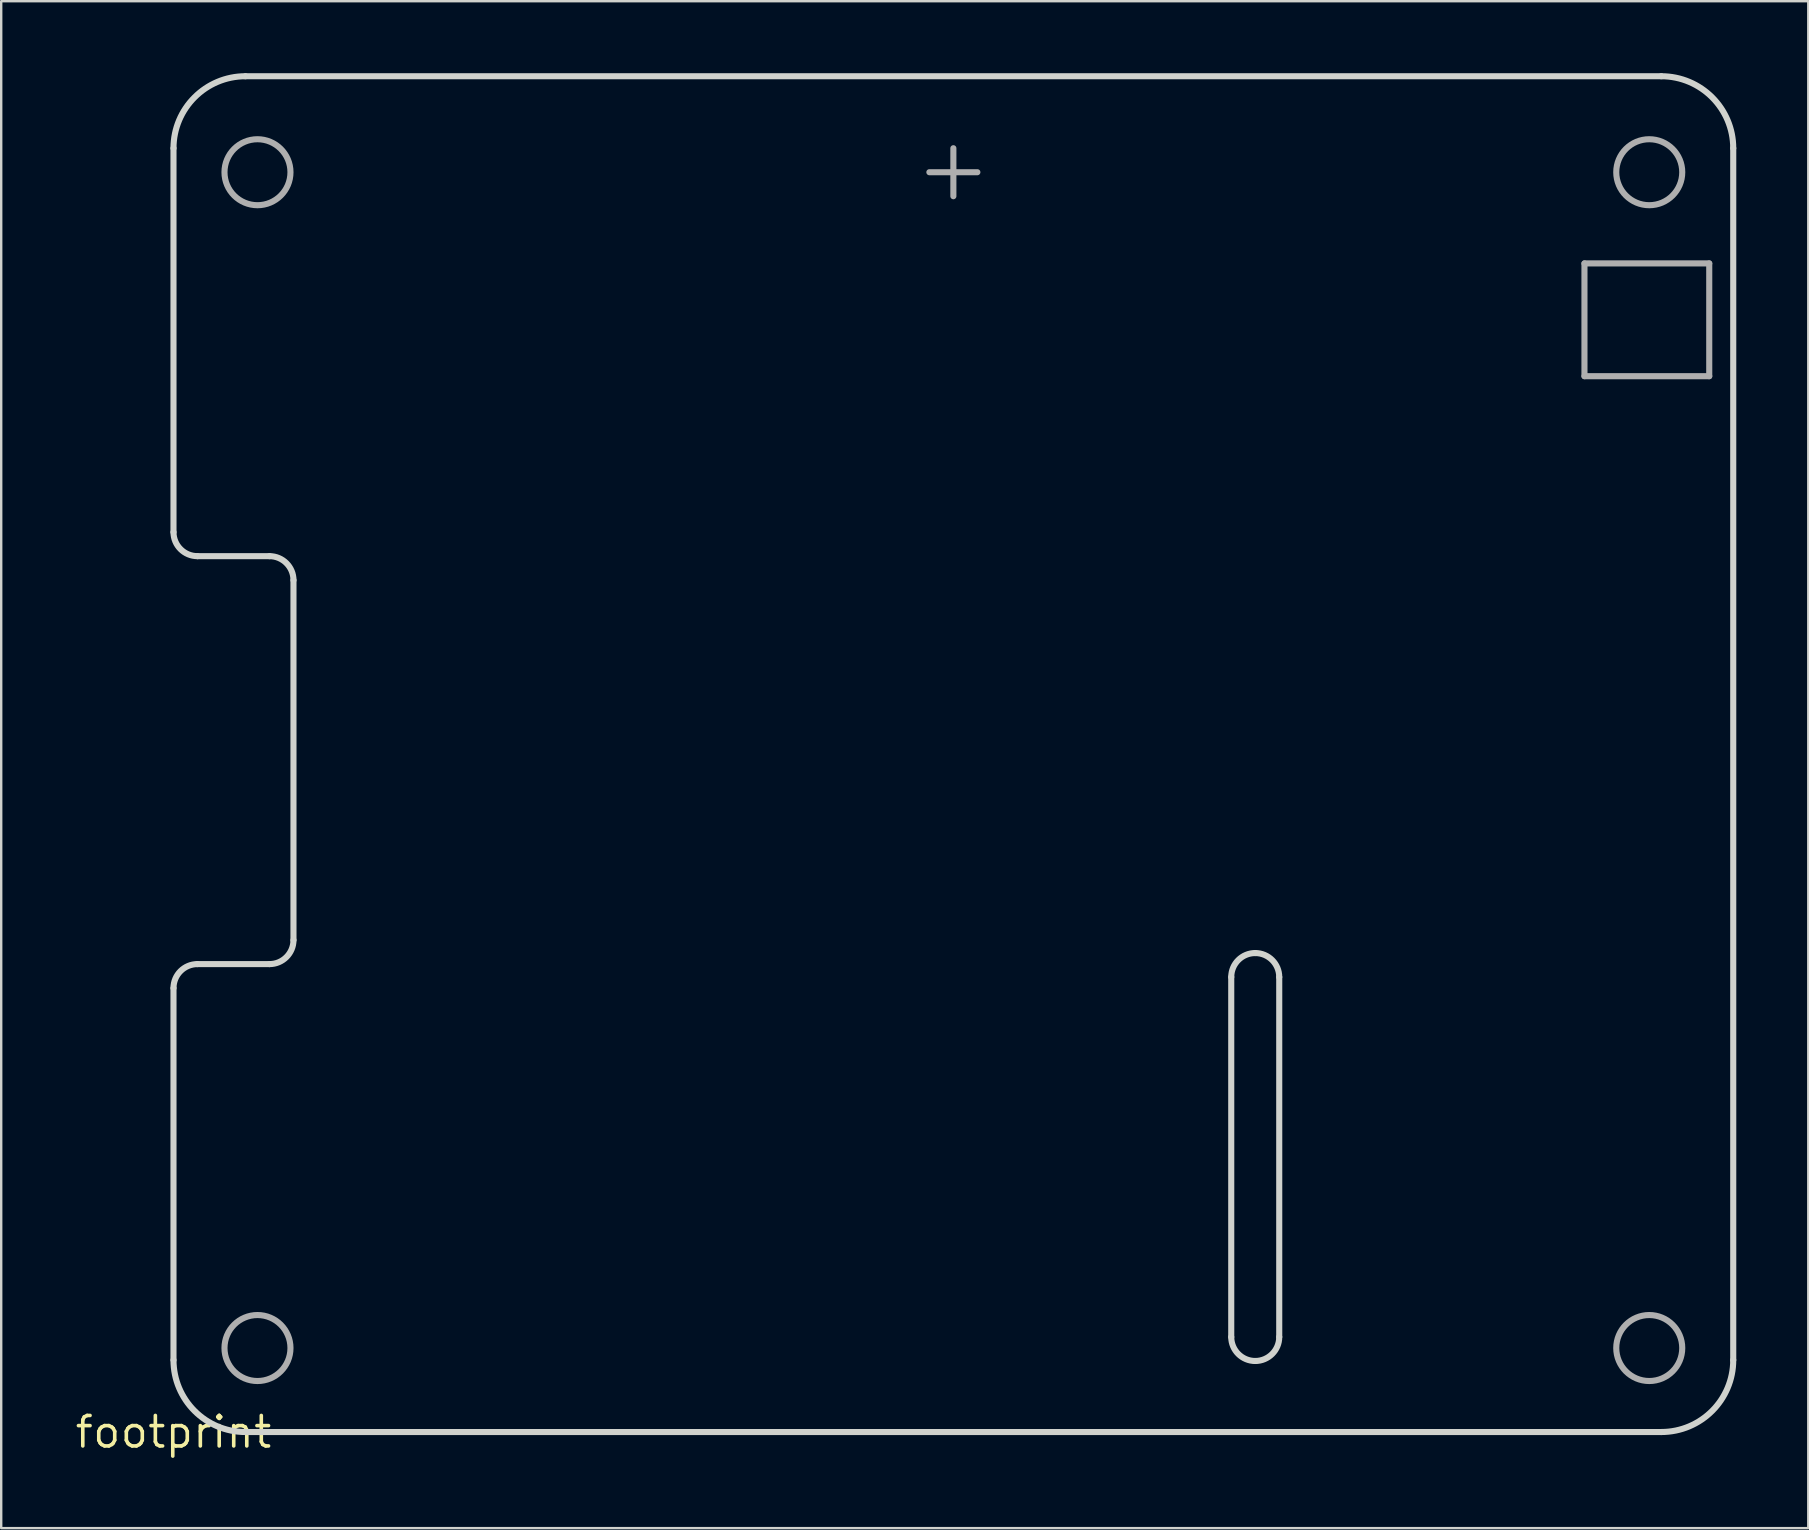
<source format=kicad_pcb>
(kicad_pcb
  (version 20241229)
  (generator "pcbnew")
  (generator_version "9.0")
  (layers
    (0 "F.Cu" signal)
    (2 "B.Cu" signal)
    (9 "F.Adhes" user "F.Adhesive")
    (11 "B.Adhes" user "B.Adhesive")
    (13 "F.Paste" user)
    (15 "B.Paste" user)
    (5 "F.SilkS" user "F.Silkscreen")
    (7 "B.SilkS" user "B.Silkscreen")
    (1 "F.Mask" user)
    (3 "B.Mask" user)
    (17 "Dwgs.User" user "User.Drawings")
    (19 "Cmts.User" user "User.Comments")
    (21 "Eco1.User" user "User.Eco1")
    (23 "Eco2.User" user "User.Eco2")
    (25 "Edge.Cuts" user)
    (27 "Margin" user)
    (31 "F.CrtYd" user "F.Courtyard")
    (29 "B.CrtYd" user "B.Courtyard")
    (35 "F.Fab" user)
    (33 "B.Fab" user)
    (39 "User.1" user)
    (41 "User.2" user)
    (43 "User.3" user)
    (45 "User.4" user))
  (footprint "footprint"
    (layer "F.Cu")
    (at 4.18 56.627)
    (property "Reference" "footprint" (at 0 0 0) (layer "F.SilkS") (effects (font (size 1.27 1.27) (thickness 0.15))))
    (fp_line (start 0 -37.5) (end 0 -53.5) (stroke (width 0.254) (type solid)) (layer "Edge.Cuts"))
    (fp_line (start 0 -18.5) (end 0 -3) (stroke (width 0.254) (type solid)) (layer "Edge.Cuts"))
    (fp_line (start 3 -56.5) (end 62 -56.5) (stroke (width 0.254) (type solid)) (layer "Edge.Cuts"))
    (fp_line (start 3 0) (end 62 0) (stroke (width 0.254) (type solid)) (layer "Edge.Cuts"))
    (fp_line (start 4 -36.5) (end 1 -36.5) (stroke (width 0.254) (type solid)) (layer "Edge.Cuts"))
    (fp_line (start 4 -19.5) (end 1 -19.5) (stroke (width 0.254) (type solid)) (layer "Edge.Cuts"))
    (fp_line (start 5 -20.5) (end 5 -35.5) (stroke (width 0.254) (type solid)) (layer "Edge.Cuts"))
    (fp_line (start 44.08 -18.96) (end 44.08 -3.96) (stroke (width 0.254) (type solid)) (layer "Edge.Cuts"))
    (fp_line (start 46.08 -3.96) (end 46.08 -18.96) (stroke (width 0.254) (type solid)) (layer "Edge.Cuts"))
    (fp_line (start 65 -53.5) (end 65 -3) (stroke (width 0.254) (type solid)) (layer "Edge.Cuts"))
    (fp_arc (start 0 -53.5) (mid 0.87868 -55.62132) (end 3 -56.5) (stroke (width 0.254) (type solid)) (layer "Edge.Cuts"))
    (fp_arc (start 0 -18.5) (mid 0.292893 -19.207107) (end 1 -19.5) (stroke (width 0.254) (type solid)) (layer "Edge.Cuts"))
    (fp_arc (start 1 -36.5) (mid 0.292893 -36.792893) (end 0 -37.5) (stroke (width 0.254) (type solid)) (layer "Edge.Cuts"))
    (fp_arc (start 3 0) (mid 0.87868 -0.87868) (end 0 -3) (stroke (width 0.254) (type solid)) (layer "Edge.Cuts"))
    (fp_arc (start 4 -36.5) (mid 4.707107 -36.207107) (end 5 -35.5) (stroke (width 0.254) (type solid)) (layer "Edge.Cuts"))
    (fp_arc (start 5 -20.5) (mid 4.707107 -19.792893) (end 4 -19.5) (stroke (width 0.254) (type solid)) (layer "Edge.Cuts"))
    (fp_arc (start 44.08 -18.96) (mid 44.372893 -19.667107) (end 45.08 -19.96) (stroke (width 0.254) (type solid)) (layer "Edge.Cuts"))
    (fp_arc (start 45.08 -19.96) (mid 45.787107 -19.667107) (end 46.08 -18.96) (stroke (width 0.254) (type solid)) (layer "Edge.Cuts"))
    (fp_arc (start 45.08 -2.96) (mid 44.372893 -3.252893) (end 44.08 -3.96) (stroke (width 0.254) (type solid)) (layer "Edge.Cuts"))
    (fp_arc (start 46.08 -3.96) (mid 45.787107 -3.252893) (end 45.08 -2.96) (stroke (width 0.254) (type solid)) (layer "Edge.Cuts"))
    (fp_arc (start 62 -56.5) (mid 64.12132 -55.62132) (end 65 -53.5) (stroke (width 0.254) (type solid)) (layer "Edge.Cuts"))
    (fp_arc (start 65 -3) (mid 64.12132 -0.87868) (end 62 0) (stroke (width 0.254) (type solid)) (layer "Edge.Cuts"))
    (fp_line (start 32.5 -51.5) (end 32.5 -53.5) (stroke (width 0.254) (type solid)) (layer "F.Fab"))
    (fp_line (start 33.5 -52.5) (end 31.5 -52.5) (stroke (width 0.254) (type solid)) (layer "F.Fab"))
    (fp_line (start 58.8 -48.7) (end 64 -48.7) (stroke (width 0.254) (type solid)) (layer "F.Fab"))
    (fp_line (start 58.8 -44) (end 58.8 -48.7) (stroke (width 0.254) (type solid)) (layer "F.Fab"))
    (fp_line (start 64 -48.7) (end 64 -44) (stroke (width 0.254) (type solid)) (layer "F.Fab"))
    (fp_line (start 64 -44) (end 58.8 -44) (stroke (width 0.254) (type solid)) (layer "F.Fab"))
    (fp_circle (center 3.5 -52.5) (end 4.875 -52.5) (stroke (width 0.254) (type solid)) (fill no) (layer "F.Fab"))
    (fp_circle (center 3.5 -3.5) (end 4.875 -3.5) (stroke (width 0.254) (type solid)) (fill no) (layer "F.Fab"))
    (fp_circle (center 61.5 -52.5) (end 62.875 -52.5) (stroke (width 0.254) (type solid)) (fill no) (layer "F.Fab"))
    (fp_circle (center 61.5 -3.5) (end 62.875 -3.5) (stroke (width 0.254) (type solid)) (fill no) (layer "F.Fab"))
    (zone (net_name "") (layer "F.Cu") (hatch edge 0.508) (connect_pads) (min_thickness 0.254) (filled_areas_thickness no) (keepout (tracks not_allowed) (vias not_allowed) (pads not_allowed) (copperpour not_allowed) (footprints allowed)) (placement (enabled no)) (fill) (polygon (pts (xy 10.907 4.127) (xy 10.858 3.567) (xy 10.713 3.023) (xy 10.475 2.514) (xy 10.152 2.053) (xy 9.754 1.655) (xy 9.294 1.332) (xy 8.784 1.095) (xy 8.241 0.949) (xy 7.68 0.9) (xy 7.12 0.949) (xy 6.576 1.095) (xy 6.067 1.332) (xy 5.606 1.655) (xy 5.208 2.053) (xy 4.885 2.514) (xy 4.648 3.023) (xy 4.502 3.567) (xy 4.453 4.127) (xy 4.502 4.687) (xy 4.648 5.231) (xy 4.885 5.74) (xy 5.208 6.201) (xy 5.606 6.599) (xy 6.067 6.922) (xy 6.576 7.159) (xy 7.12 7.305) (xy 7.68 7.354) (xy 8.241 7.305) (xy 8.784 7.159) (xy 9.294 6.922) (xy 9.754 6.599) (xy 10.152 6.201) (xy 10.475 5.74) (xy 10.713 5.231) (xy 10.858 4.687))) (polygon (pts (xy 10.653 4.127) (xy 10.608 3.611) (xy 10.474 3.11) (xy 10.255 2.64) (xy 9.958 2.216) (xy 9.591 1.85) (xy 9.167 1.552) (xy 8.697 1.333) (xy 8.196 1.199) (xy 7.68 1.154) (xy 7.164 1.199) (xy 6.663 1.333) (xy 6.194 1.552) (xy 5.769 1.85) (xy 5.403 2.216) (xy 5.105 2.64) (xy 4.886 3.11) (xy 4.752 3.611) (xy 4.707 4.127) (xy 4.752 4.643) (xy 4.886 5.144) (xy 5.105 5.614) (xy 5.403 6.038) (xy 5.769 6.404) (xy 6.194 6.702) (xy 6.663 6.921) (xy 7.164 7.055) (xy 7.68 7.1) (xy 8.196 7.055) (xy 8.697 6.921) (xy 9.167 6.702) (xy 9.591 6.404) (xy 9.958 6.038) (xy 10.255 5.614) (xy 10.474 5.144) (xy 10.608 4.643))))
    (zone (net_name "") (layer "F.Cu") (hatch edge 0.508) (connect_pads) (min_thickness 0.254) (filled_areas_thickness no) (keepout (tracks not_allowed) (vias not_allowed) (pads not_allowed) (copperpour not_allowed) (footprints allowed)) (placement (enabled no)) (fill) (polygon (pts (xy 10.907 53.127) (xy 10.858 52.567) (xy 10.713 52.023) (xy 10.475 51.514) (xy 10.152 51.053) (xy 9.754 50.655) (xy 9.294 50.332) (xy 8.784 50.095) (xy 8.241 49.949) (xy 7.68 49.9) (xy 7.12 49.949) (xy 6.576 50.095) (xy 6.067 50.332) (xy 5.606 50.655) (xy 5.208 51.053) (xy 4.885 51.514) (xy 4.648 52.023) (xy 4.502 52.567) (xy 4.453 53.127) (xy 4.502 53.687) (xy 4.648 54.231) (xy 4.885 54.74) (xy 5.208 55.201) (xy 5.606 55.599) (xy 6.067 55.922) (xy 6.576 56.159) (xy 7.12 56.305) (xy 7.68 56.354) (xy 8.241 56.305) (xy 8.784 56.159) (xy 9.294 55.922) (xy 9.754 55.599) (xy 10.152 55.201) (xy 10.475 54.74) (xy 10.713 54.231) (xy 10.858 53.687))) (polygon (pts (xy 10.653 53.127) (xy 10.608 52.611) (xy 10.474 52.11) (xy 10.255 51.641) (xy 9.958 51.216) (xy 9.591 50.85) (xy 9.167 50.552) (xy 8.697 50.333) (xy 8.196 50.199) (xy 7.68 50.154) (xy 7.164 50.199) (xy 6.663 50.333) (xy 6.194 50.552) (xy 5.769 50.85) (xy 5.403 51.216) (xy 5.105 51.641) (xy 4.886 52.11) (xy 4.752 52.611) (xy 4.707 53.127) (xy 4.752 53.643) (xy 4.886 54.144) (xy 5.105 54.614) (xy 5.403 55.038) (xy 5.769 55.404) (xy 6.194 55.702) (xy 6.663 55.921) (xy 7.164 56.055) (xy 7.68 56.1) (xy 8.196 56.055) (xy 8.697 55.921) (xy 9.167 55.702) (xy 9.591 55.404) (xy 9.958 55.038) (xy 10.255 54.614) (xy 10.474 54.144) (xy 10.608 53.643))))
    (zone (net_name "") (layer "F.Cu") (hatch edge 0.508) (connect_pads) (min_thickness 0.254) (filled_areas_thickness no) (keepout (tracks not_allowed) (vias not_allowed) (pads not_allowed) (copperpour not_allowed) (footprints allowed)) (placement (enabled no)) (fill) (polygon (pts (xy 68.907 4.127) (xy 68.858 3.567) (xy 68.713 3.023) (xy 68.475 2.514) (xy 68.152 2.053) (xy 67.754 1.655) (xy 67.294 1.332) (xy 66.784 1.095) (xy 66.241 0.949) (xy 65.68 0.9) (xy 65.12 0.949) (xy 64.576 1.095) (xy 64.067 1.332) (xy 63.606 1.655) (xy 63.208 2.053) (xy 62.885 2.514) (xy 62.648 3.023) (xy 62.502 3.567) (xy 62.453 4.127) (xy 62.502 4.687) (xy 62.648 5.231) (xy 62.885 5.74) (xy 63.208 6.201) (xy 63.606 6.599) (xy 64.067 6.922) (xy 64.576 7.159) (xy 65.12 7.305) (xy 65.68 7.354) (xy 66.241 7.305) (xy 66.784 7.159) (xy 67.294 6.922) (xy 67.754 6.599) (xy 68.152 6.201) (xy 68.475 5.74) (xy 68.713 5.231) (xy 68.858 4.687))) (polygon (pts (xy 68.653 4.127) (xy 68.608 3.611) (xy 68.474 3.11) (xy 68.255 2.64) (xy 67.958 2.216) (xy 67.591 1.85) (xy 67.167 1.552) (xy 66.697 1.333) (xy 66.196 1.199) (xy 65.68 1.154) (xy 65.164 1.199) (xy 64.663 1.333) (xy 64.194 1.552) (xy 63.769 1.85) (xy 63.403 2.216) (xy 63.105 2.64) (xy 62.886 3.11) (xy 62.752 3.611) (xy 62.707 4.127) (xy 62.752 4.643) (xy 62.886 5.144) (xy 63.105 5.614) (xy 63.403 6.038) (xy 63.769 6.404) (xy 64.194 6.702) (xy 64.663 6.921) (xy 65.164 7.055) (xy 65.68 7.1) (xy 66.196 7.055) (xy 66.697 6.921) (xy 67.167 6.702) (xy 67.591 6.404) (xy 67.958 6.038) (xy 68.255 5.614) (xy 68.474 5.144) (xy 68.608 4.643))))
    (zone (net_name "") (layer "F.Cu") (hatch edge 0.508) (connect_pads) (min_thickness 0.254) (filled_areas_thickness no) (keepout (tracks not_allowed) (vias not_allowed) (pads not_allowed) (copperpour not_allowed) (footprints allowed)) (placement (enabled no)) (fill) (polygon (pts (xy 68.907 53.127) (xy 68.858 52.567) (xy 68.713 52.023) (xy 68.475 51.514) (xy 68.152 51.053) (xy 67.754 50.655) (xy 67.294 50.332) (xy 66.784 50.095) (xy 66.241 49.949) (xy 65.68 49.9) (xy 65.12 49.949) (xy 64.576 50.095) (xy 64.067 50.332) (xy 63.606 50.655) (xy 63.208 51.053) (xy 62.885 51.514) (xy 62.648 52.023) (xy 62.502 52.567) (xy 62.453 53.127) (xy 62.502 53.687) (xy 62.648 54.231) (xy 62.885 54.74) (xy 63.208 55.201) (xy 63.606 55.599) (xy 64.067 55.922) (xy 64.576 56.159) (xy 65.12 56.305) (xy 65.68 56.354) (xy 66.241 56.305) (xy 66.784 56.159) (xy 67.294 55.922) (xy 67.754 55.599) (xy 68.152 55.201) (xy 68.475 54.74) (xy 68.713 54.231) (xy 68.858 53.687))) (polygon (pts (xy 68.653 53.127) (xy 68.608 52.611) (xy 68.474 52.11) (xy 68.255 51.641) (xy 67.958 51.216) (xy 67.591 50.85) (xy 67.167 50.552) (xy 66.697 50.333) (xy 66.196 50.199) (xy 65.68 50.154) (xy 65.164 50.199) (xy 64.663 50.333) (xy 64.194 50.552) (xy 63.769 50.85) (xy 63.403 51.216) (xy 63.105 51.641) (xy 62.886 52.11) (xy 62.752 52.611) (xy 62.707 53.127) (xy 62.752 53.643) (xy 62.886 54.144) (xy 63.105 54.614) (xy 63.403 55.038) (xy 63.769 55.404) (xy 64.194 55.702) (xy 64.663 55.921) (xy 65.164 56.055) (xy 65.68 56.1) (xy 66.196 56.055) (xy 66.697 55.921) (xy 67.167 55.702) (xy 67.591 55.404) (xy 67.958 55.038) (xy 68.255 54.614) (xy 68.474 54.144) (xy 68.608 53.643))))
    (zone (net_name "") (layer "B.Cu") (hatch edge 0.508) (connect_pads) (min_thickness 0.254) (filled_areas_thickness no) (keepout (tracks not_allowed) (vias not_allowed) (pads not_allowed) (copperpour not_allowed) (footprints allowed)) (placement (enabled no)) (fill) (polygon (pts (xy 10.907 4.127) (xy 10.858 3.567) (xy 10.713 3.023) (xy 10.475 2.514) (xy 10.152 2.053) (xy 9.754 1.655) (xy 9.294 1.332) (xy 8.784 1.095) (xy 8.241 0.949) (xy 7.68 0.9) (xy 7.12 0.949) (xy 6.576 1.095) (xy 6.067 1.332) (xy 5.606 1.655) (xy 5.208 2.053) (xy 4.885 2.514) (xy 4.648 3.023) (xy 4.502 3.567) (xy 4.453 4.127) (xy 4.502 4.687) (xy 4.648 5.231) (xy 4.885 5.74) (xy 5.208 6.201) (xy 5.606 6.599) (xy 6.067 6.922) (xy 6.576 7.159) (xy 7.12 7.305) (xy 7.68 7.354) (xy 8.241 7.305) (xy 8.784 7.159) (xy 9.294 6.922) (xy 9.754 6.599) (xy 10.152 6.201) (xy 10.475 5.74) (xy 10.713 5.231) (xy 10.858 4.687))) (polygon (pts (xy 10.653 4.127) (xy 10.608 3.611) (xy 10.474 3.11) (xy 10.255 2.64) (xy 9.958 2.216) (xy 9.591 1.85) (xy 9.167 1.552) (xy 8.697 1.333) (xy 8.196 1.199) (xy 7.68 1.154) (xy 7.164 1.199) (xy 6.663 1.333) (xy 6.194 1.552) (xy 5.769 1.85) (xy 5.403 2.216) (xy 5.105 2.64) (xy 4.886 3.11) (xy 4.752 3.611) (xy 4.707 4.127) (xy 4.752 4.643) (xy 4.886 5.144) (xy 5.105 5.614) (xy 5.403 6.038) (xy 5.769 6.404) (xy 6.194 6.702) (xy 6.663 6.921) (xy 7.164 7.055) (xy 7.68 7.1) (xy 8.196 7.055) (xy 8.697 6.921) (xy 9.167 6.702) (xy 9.591 6.404) (xy 9.958 6.038) (xy 10.255 5.614) (xy 10.474 5.144) (xy 10.608 4.643))))
    (zone (net_name "") (layer "B.Cu") (hatch edge 0.508) (connect_pads) (min_thickness 0.254) (filled_areas_thickness no) (keepout (tracks not_allowed) (vias not_allowed) (pads not_allowed) (copperpour not_allowed) (footprints allowed)) (placement (enabled no)) (fill) (polygon (pts (xy 10.907 53.127) (xy 10.858 52.567) (xy 10.713 52.023) (xy 10.475 51.514) (xy 10.152 51.053) (xy 9.754 50.655) (xy 9.294 50.332) (xy 8.784 50.095) (xy 8.241 49.949) (xy 7.68 49.9) (xy 7.12 49.949) (xy 6.576 50.095) (xy 6.067 50.332) (xy 5.606 50.655) (xy 5.208 51.053) (xy 4.885 51.514) (xy 4.648 52.023) (xy 4.502 52.567) (xy 4.453 53.127) (xy 4.502 53.687) (xy 4.648 54.231) (xy 4.885 54.74) (xy 5.208 55.201) (xy 5.606 55.599) (xy 6.067 55.922) (xy 6.576 56.159) (xy 7.12 56.305) (xy 7.68 56.354) (xy 8.241 56.305) (xy 8.784 56.159) (xy 9.294 55.922) (xy 9.754 55.599) (xy 10.152 55.201) (xy 10.475 54.74) (xy 10.713 54.231) (xy 10.858 53.687))) (polygon (pts (xy 10.653 53.127) (xy 10.608 52.611) (xy 10.474 52.11) (xy 10.255 51.641) (xy 9.958 51.216) (xy 9.591 50.85) (xy 9.167 50.552) (xy 8.697 50.333) (xy 8.196 50.199) (xy 7.68 50.154) (xy 7.164 50.199) (xy 6.663 50.333) (xy 6.194 50.552) (xy 5.769 50.85) (xy 5.403 51.216) (xy 5.105 51.641) (xy 4.886 52.11) (xy 4.752 52.611) (xy 4.707 53.127) (xy 4.752 53.643) (xy 4.886 54.144) (xy 5.105 54.614) (xy 5.403 55.038) (xy 5.769 55.404) (xy 6.194 55.702) (xy 6.663 55.921) (xy 7.164 56.055) (xy 7.68 56.1) (xy 8.196 56.055) (xy 8.697 55.921) (xy 9.167 55.702) (xy 9.591 55.404) (xy 9.958 55.038) (xy 10.255 54.614) (xy 10.474 54.144) (xy 10.608 53.643))))
    (zone (net_name "") (layer "B.Cu") (hatch edge 0.508) (connect_pads) (min_thickness 0.254) (filled_areas_thickness no) (keepout (tracks not_allowed) (vias not_allowed) (pads not_allowed) (copperpour not_allowed) (footprints allowed)) (placement (enabled no)) (fill) (polygon (pts (xy 68.907 4.127) (xy 68.858 3.567) (xy 68.713 3.023) (xy 68.475 2.514) (xy 68.152 2.053) (xy 67.754 1.655) (xy 67.294 1.332) (xy 66.784 1.095) (xy 66.241 0.949) (xy 65.68 0.9) (xy 65.12 0.949) (xy 64.576 1.095) (xy 64.067 1.332) (xy 63.606 1.655) (xy 63.208 2.053) (xy 62.885 2.514) (xy 62.648 3.023) (xy 62.502 3.567) (xy 62.453 4.127) (xy 62.502 4.687) (xy 62.648 5.231) (xy 62.885 5.74) (xy 63.208 6.201) (xy 63.606 6.599) (xy 64.067 6.922) (xy 64.576 7.159) (xy 65.12 7.305) (xy 65.68 7.354) (xy 66.241 7.305) (xy 66.784 7.159) (xy 67.294 6.922) (xy 67.754 6.599) (xy 68.152 6.201) (xy 68.475 5.74) (xy 68.713 5.231) (xy 68.858 4.687))) (polygon (pts (xy 68.653 4.127) (xy 68.608 3.611) (xy 68.474 3.11) (xy 68.255 2.64) (xy 67.958 2.216) (xy 67.591 1.85) (xy 67.167 1.552) (xy 66.697 1.333) (xy 66.196 1.199) (xy 65.68 1.154) (xy 65.164 1.199) (xy 64.663 1.333) (xy 64.194 1.552) (xy 63.769 1.85) (xy 63.403 2.216) (xy 63.105 2.64) (xy 62.886 3.11) (xy 62.752 3.611) (xy 62.707 4.127) (xy 62.752 4.643) (xy 62.886 5.144) (xy 63.105 5.614) (xy 63.403 6.038) (xy 63.769 6.404) (xy 64.194 6.702) (xy 64.663 6.921) (xy 65.164 7.055) (xy 65.68 7.1) (xy 66.196 7.055) (xy 66.697 6.921) (xy 67.167 6.702) (xy 67.591 6.404) (xy 67.958 6.038) (xy 68.255 5.614) (xy 68.474 5.144) (xy 68.608 4.643))))
    (zone (net_name "") (layer "B.Cu") (hatch edge 0.508) (connect_pads) (min_thickness 0.254) (filled_areas_thickness no) (keepout (tracks not_allowed) (vias not_allowed) (pads not_allowed) (copperpour not_allowed) (footprints allowed)) (placement (enabled no)) (fill) (polygon (pts (xy 68.907 53.127) (xy 68.858 52.567) (xy 68.713 52.023) (xy 68.475 51.514) (xy 68.152 51.053) (xy 67.754 50.655) (xy 67.294 50.332) (xy 66.784 50.095) (xy 66.241 49.949) (xy 65.68 49.9) (xy 65.12 49.949) (xy 64.576 50.095) (xy 64.067 50.332) (xy 63.606 50.655) (xy 63.208 51.053) (xy 62.885 51.514) (xy 62.648 52.023) (xy 62.502 52.567) (xy 62.453 53.127) (xy 62.502 53.687) (xy 62.648 54.231) (xy 62.885 54.74) (xy 63.208 55.201) (xy 63.606 55.599) (xy 64.067 55.922) (xy 64.576 56.159) (xy 65.12 56.305) (xy 65.68 56.354) (xy 66.241 56.305) (xy 66.784 56.159) (xy 67.294 55.922) (xy 67.754 55.599) (xy 68.152 55.201) (xy 68.475 54.74) (xy 68.713 54.231) (xy 68.858 53.687))) (polygon (pts (xy 68.653 53.127) (xy 68.608 52.611) (xy 68.474 52.11) (xy 68.255 51.641) (xy 67.958 51.216) (xy 67.591 50.85) (xy 67.167 50.552) (xy 66.697 50.333) (xy 66.196 50.199) (xy 65.68 50.154) (xy 65.164 50.199) (xy 64.663 50.333) (xy 64.194 50.552) (xy 63.769 50.85) (xy 63.403 51.216) (xy 63.105 51.641) (xy 62.886 52.11) (xy 62.752 52.611) (xy 62.707 53.127) (xy 62.752 53.643) (xy 62.886 54.144) (xy 63.105 54.614) (xy 63.403 55.038) (xy 63.769 55.404) (xy 64.194 55.702) (xy 64.663 55.921) (xy 65.164 56.055) (xy 65.68 56.1) (xy 66.196 56.055) (xy 66.697 55.921) (xy 67.167 55.702) (xy 67.591 55.404) (xy 67.958 55.038) (xy 68.255 54.614) (xy 68.474 54.144) (xy 68.608 53.643)))))
  (gr_rect
    (start -3 -3)
    (end 72.307 60.633)
    (stroke (width 0.1) (type default))
    (fill no)
    (layer "Edge.Cuts")))
</source>
